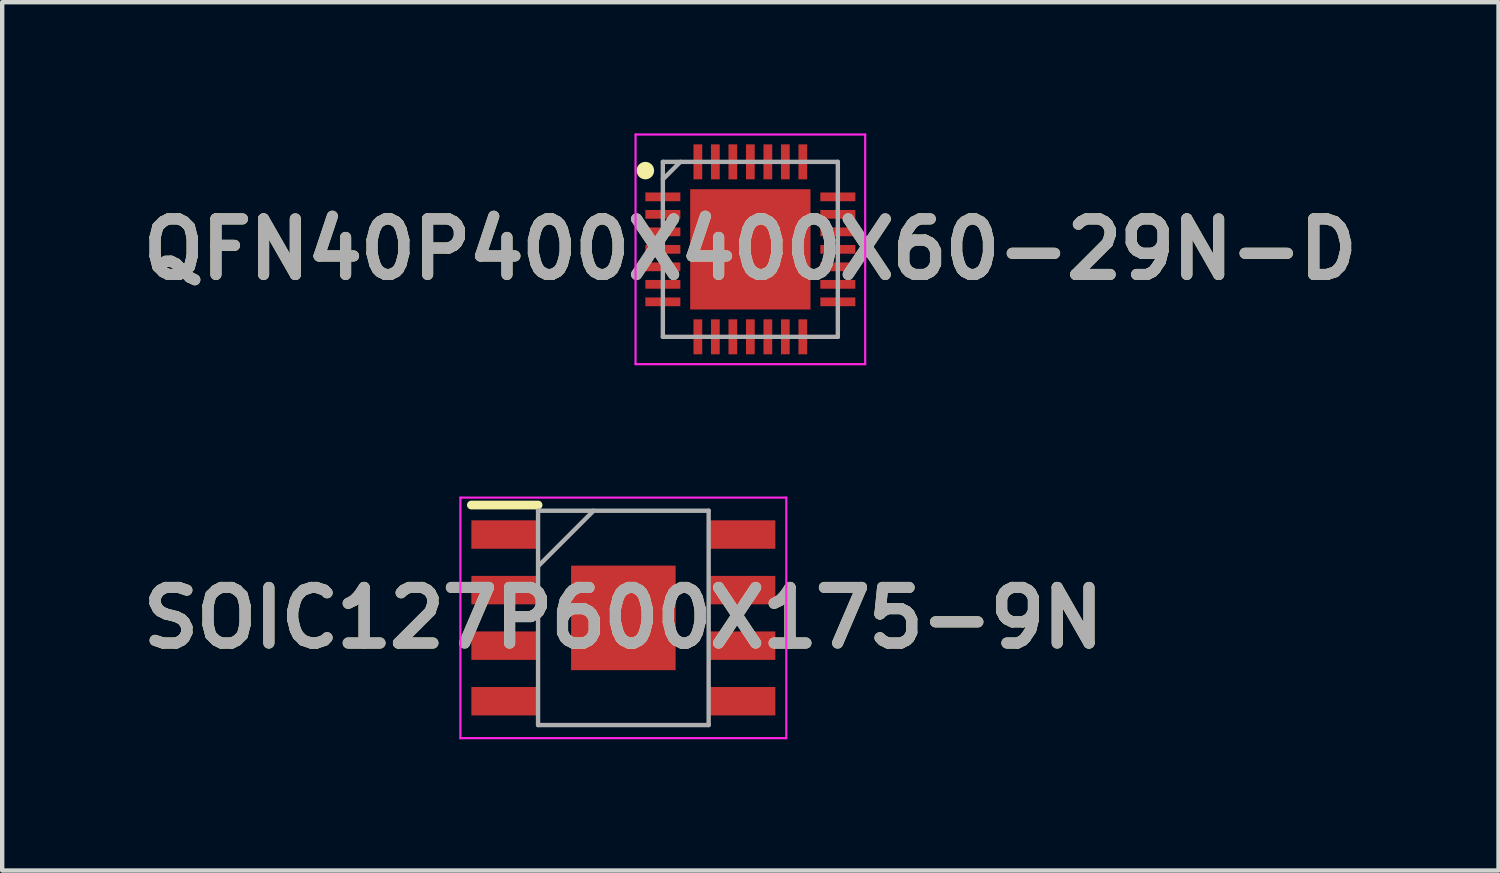
<source format=kicad_pcb>
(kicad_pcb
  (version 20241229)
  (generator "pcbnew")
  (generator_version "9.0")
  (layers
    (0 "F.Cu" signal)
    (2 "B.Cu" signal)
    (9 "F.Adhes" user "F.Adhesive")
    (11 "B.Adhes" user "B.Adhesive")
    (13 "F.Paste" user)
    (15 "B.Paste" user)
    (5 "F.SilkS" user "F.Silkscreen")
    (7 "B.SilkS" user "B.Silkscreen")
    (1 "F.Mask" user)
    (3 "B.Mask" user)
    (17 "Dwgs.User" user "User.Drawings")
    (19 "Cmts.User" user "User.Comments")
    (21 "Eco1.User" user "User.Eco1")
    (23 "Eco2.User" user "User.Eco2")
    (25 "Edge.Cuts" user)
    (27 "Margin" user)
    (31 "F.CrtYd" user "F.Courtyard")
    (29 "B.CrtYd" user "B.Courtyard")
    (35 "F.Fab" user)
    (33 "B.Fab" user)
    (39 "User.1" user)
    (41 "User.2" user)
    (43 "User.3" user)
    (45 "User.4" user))
  (footprint "SOIC127P600X175-9N"
    (layer "F.Cu")
    (at 11.2 11.075)
    (property "Reference" "SOIC127P600X175-9N" (at 0 0 0) (layer "F.SilkS") (effects (font (size 1.27 1.27) (thickness 0.254))))
    (attr smd)
    (fp_line (start -3.475 -2.58) (end -1.95 -2.58) (stroke (width 0.2) (type solid)) (layer "F.SilkS"))
    (fp_line (start -3.725 -2.75) (end 3.725 -2.75) (stroke (width 0.05) (type solid)) (layer "F.CrtYd"))
    (fp_line (start -3.725 2.75) (end -3.725 -2.75) (stroke (width 0.05) (type solid)) (layer "F.CrtYd"))
    (fp_line (start 3.725 -2.75) (end 3.725 2.75) (stroke (width 0.05) (type solid)) (layer "F.CrtYd"))
    (fp_line (start 3.725 2.75) (end -3.725 2.75) (stroke (width 0.05) (type solid)) (layer "F.CrtYd"))
    (fp_line (start -1.95 -2.45) (end 1.95 -2.45) (stroke (width 0.1) (type solid)) (layer "F.Fab"))
    (fp_line (start -1.95 -1.18) (end -0.68 -2.45) (stroke (width 0.1) (type solid)) (layer "F.Fab"))
    (fp_line (start -1.95 2.45) (end -1.95 -2.45) (stroke (width 0.1) (type solid)) (layer "F.Fab"))
    (fp_line (start 1.95 -2.45) (end 1.95 2.45) (stroke (width 0.1) (type solid)) (layer "F.Fab"))
    (fp_line (start 1.95 2.45) (end -1.95 2.45) (stroke (width 0.1) (type solid)) (layer "F.Fab"))
    (fp_text user "${REFERENCE}" (at 0 0 0) (layer "F.Fab") (effects (font (size 1.27 1.27) (thickness 0.254))))
    (pad "1" smd rect (at -2.712 -1.905 90) (size 0.65 1.525) (layers "F.Cu" "F.Mask" "F.Paste"))
    (pad "2" smd rect (at -2.712 -0.635 90) (size 0.65 1.525) (layers "F.Cu" "F.Mask" "F.Paste"))
    (pad "3" smd rect (at -2.712 0.635 90) (size 0.65 1.525) (layers "F.Cu" "F.Mask" "F.Paste"))
    (pad "4" smd rect (at -2.712 1.905 90) (size 0.65 1.525) (layers "F.Cu" "F.Mask" "F.Paste"))
    (pad "5" smd rect (at 2.712 1.905 90) (size 0.65 1.525) (layers "F.Cu" "F.Mask" "F.Paste"))
    (pad "6" smd rect (at 2.712 0.635 90) (size 0.65 1.525) (layers "F.Cu" "F.Mask" "F.Paste"))
    (pad "7" smd rect (at 2.712 -0.635 90) (size 0.65 1.525) (layers "F.Cu" "F.Mask" "F.Paste"))
    (pad "8" smd rect (at 2.712 -1.905 90) (size 0.65 1.525) (layers "F.Cu" "F.Mask" "F.Paste"))
    (pad "9" smd rect (at 0 0) (size 2.39 2.39) (layers "F.Cu" "F.Mask" "F.Paste")))
  (footprint "QFN40P400X400X60-29N-D"
    (layer "F.Cu")
    (at 14.103 2.65)
    (property "Reference" "QFN40P400X400X60-29N-D" (at 0 0 0) (layer "F.SilkS") (effects (font (size 1.27 1.27) (thickness 0.254))))
    (attr smd)
    (fp_circle (center -2.4 -1.8) (end -2.4 -1.7) (stroke (width 0.2) (type solid)) (fill no) (layer "F.SilkS"))
    (fp_line (start -2.625 -2.625) (end 2.625 -2.625) (stroke (width 0.05) (type solid)) (layer "F.CrtYd"))
    (fp_line (start -2.625 2.625) (end -2.625 -2.625) (stroke (width 0.05) (type solid)) (layer "F.CrtYd"))
    (fp_line (start 2.625 -2.625) (end 2.625 2.625) (stroke (width 0.05) (type solid)) (layer "F.CrtYd"))
    (fp_line (start 2.625 2.625) (end -2.625 2.625) (stroke (width 0.05) (type solid)) (layer "F.CrtYd"))
    (fp_line (start -2 -2) (end 2 -2) (stroke (width 0.1) (type solid)) (layer "F.Fab"))
    (fp_line (start -2 -1.6) (end -1.6 -2) (stroke (width 0.1) (type solid)) (layer "F.Fab"))
    (fp_line (start -2 2) (end -2 -2) (stroke (width 0.1) (type solid)) (layer "F.Fab"))
    (fp_line (start 2 -2) (end 2 2) (stroke (width 0.1) (type solid)) (layer "F.Fab"))
    (fp_line (start 2 2) (end -2 2) (stroke (width 0.1) (type solid)) (layer "F.Fab"))
    (fp_text user "${REFERENCE}" (at 0 0 0) (layer "F.Fab") (effects (font (size 1.27 1.27) (thickness 0.254))))
    (pad "1" smd rect (at -2 -1.2 90) (size 0.2 0.8) (layers "F.Cu" "F.Mask" "F.Paste"))
    (pad "2" smd rect (at -2 -0.8 90) (size 0.2 0.8) (layers "F.Cu" "F.Mask" "F.Paste"))
    (pad "3" smd rect (at -2 -0.4 90) (size 0.2 0.8) (layers "F.Cu" "F.Mask" "F.Paste"))
    (pad "4" smd rect (at -2 0 90) (size 0.2 0.8) (layers "F.Cu" "F.Mask" "F.Paste"))
    (pad "5" smd rect (at -2 0.4 90) (size 0.2 0.8) (layers "F.Cu" "F.Mask" "F.Paste"))
    (pad "6" smd rect (at -2 0.8 90) (size 0.2 0.8) (layers "F.Cu" "F.Mask" "F.Paste"))
    (pad "7" smd rect (at -2 1.2 90) (size 0.2 0.8) (layers "F.Cu" "F.Mask" "F.Paste"))
    (pad "8" smd rect (at -1.2 2) (size 0.2 0.8) (layers "F.Cu" "F.Mask" "F.Paste"))
    (pad "9" smd rect (at -0.8 2) (size 0.2 0.8) (layers "F.Cu" "F.Mask" "F.Paste"))
    (pad "10" smd rect (at -0.4 2) (size 0.2 0.8) (layers "F.Cu" "F.Mask" "F.Paste"))
    (pad "11" smd rect (at 0 2) (size 0.2 0.8) (layers "F.Cu" "F.Mask" "F.Paste"))
    (pad "12" smd rect (at 0.4 2) (size 0.2 0.8) (layers "F.Cu" "F.Mask" "F.Paste"))
    (pad "13" smd rect (at 0.8 2) (size 0.2 0.8) (layers "F.Cu" "F.Mask" "F.Paste"))
    (pad "14" smd rect (at 1.2 2) (size 0.2 0.8) (layers "F.Cu" "F.Mask" "F.Paste"))
    (pad "15" smd rect (at 2 1.2 90) (size 0.2 0.8) (layers "F.Cu" "F.Mask" "F.Paste"))
    (pad "16" smd rect (at 2 0.8 90) (size 0.2 0.8) (layers "F.Cu" "F.Mask" "F.Paste"))
    (pad "17" smd rect (at 2 0.4 90) (size 0.2 0.8) (layers "F.Cu" "F.Mask" "F.Paste"))
    (pad "18" smd rect (at 2 0 90) (size 0.2 0.8) (layers "F.Cu" "F.Mask" "F.Paste"))
    (pad "19" smd rect (at 2 -0.4 90) (size 0.2 0.8) (layers "F.Cu" "F.Mask" "F.Paste"))
    (pad "20" smd rect (at 2 -0.8 90) (size 0.2 0.8) (layers "F.Cu" "F.Mask" "F.Paste"))
    (pad "21" smd rect (at 2 -1.2 90) (size 0.2 0.8) (layers "F.Cu" "F.Mask" "F.Paste"))
    (pad "22" smd rect (at 1.2 -2) (size 0.2 0.8) (layers "F.Cu" "F.Mask" "F.Paste"))
    (pad "23" smd rect (at 0.8 -2) (size 0.2 0.8) (layers "F.Cu" "F.Mask" "F.Paste"))
    (pad "24" smd rect (at 0.4 -2) (size 0.2 0.8) (layers "F.Cu" "F.Mask" "F.Paste"))
    (pad "25" smd rect (at 0 -2) (size 0.2 0.8) (layers "F.Cu" "F.Mask" "F.Paste"))
    (pad "26" smd rect (at -0.4 -2) (size 0.2 0.8) (layers "F.Cu" "F.Mask" "F.Paste"))
    (pad "27" smd rect (at -0.8 -2) (size 0.2 0.8) (layers "F.Cu" "F.Mask" "F.Paste"))
    (pad "28" smd rect (at -1.2 -2) (size 0.2 0.8) (layers "F.Cu" "F.Mask" "F.Paste"))
    (pad "29" smd rect (at 0 0) (size 2.75 2.75) (layers "F.Cu" "F.Mask" "F.Paste")))
  (gr_rect
    (start -3 -3)
    (end 31.206 16.85)
    (stroke (width 0.1) (type default))
    (fill no)
    (layer "Edge.Cuts")))
</source>
